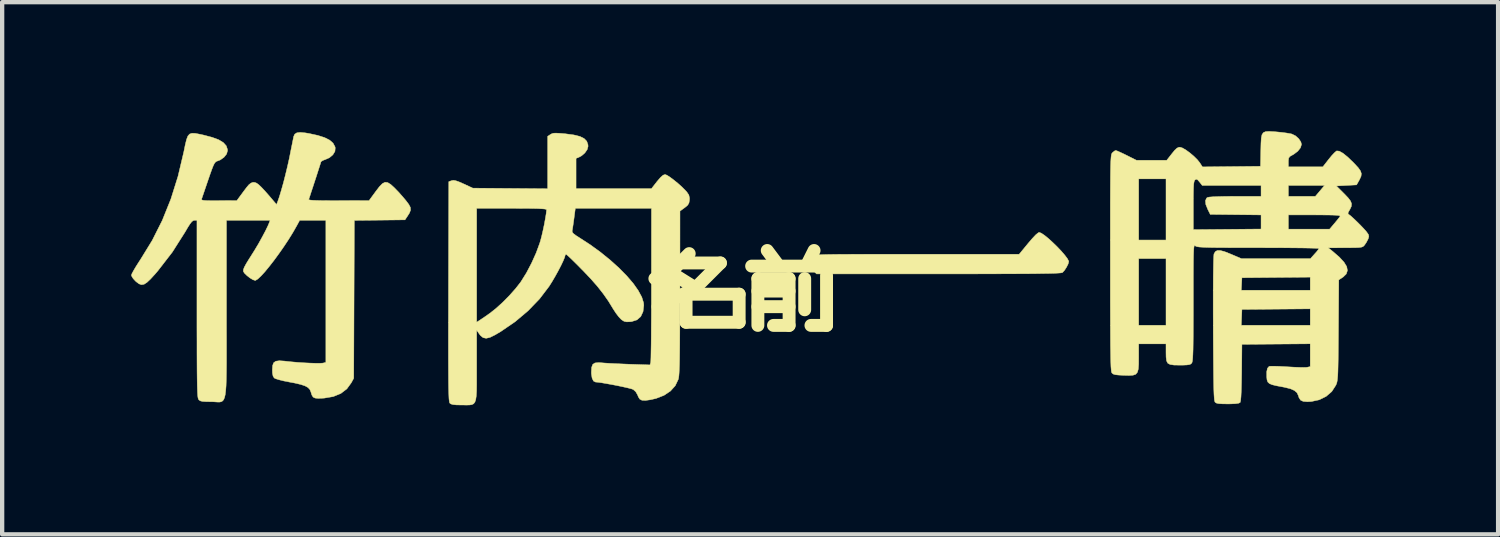
<source format=kicad_pcb>
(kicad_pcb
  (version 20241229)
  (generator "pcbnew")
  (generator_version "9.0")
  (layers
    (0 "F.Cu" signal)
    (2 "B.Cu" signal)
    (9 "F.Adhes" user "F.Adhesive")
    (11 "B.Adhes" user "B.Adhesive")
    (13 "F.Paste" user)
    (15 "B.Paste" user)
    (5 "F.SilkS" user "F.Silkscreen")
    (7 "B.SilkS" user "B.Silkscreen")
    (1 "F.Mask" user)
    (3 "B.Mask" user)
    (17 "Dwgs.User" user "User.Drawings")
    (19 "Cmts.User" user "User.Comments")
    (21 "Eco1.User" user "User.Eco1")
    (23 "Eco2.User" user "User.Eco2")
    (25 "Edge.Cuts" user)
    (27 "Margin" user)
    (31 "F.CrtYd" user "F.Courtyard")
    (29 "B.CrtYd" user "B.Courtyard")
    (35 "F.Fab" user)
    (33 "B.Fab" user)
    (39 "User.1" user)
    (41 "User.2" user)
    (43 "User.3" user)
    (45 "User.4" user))
  (footprint "名前"
    (layer "F.Cu")
    (at 14.28 3.826)
    (property "Reference" "名前" (at 0 0 0) (layer "F.SilkS") (effects (font (size 1.524 1.524) (thickness 0.3))))
    (attr through_hole)
    (fp_poly (pts (xy 6.88 -1.455) (xy 6.954 -1.405) (xy 7.045 -1.331) (xy 7.144 -1.241) (xy 7.246 -1.142) (xy 7.341 -1.042) (xy 7.423 -0.947) (xy 7.484 -0.867) (xy 7.515 -0.808) (xy 7.518 -0.793) (xy 7.503 -0.738) (xy 7.466 -0.664) (xy 7.419 -0.591) (xy 7.373 -0.541) (xy 7.372 -0.54) (xy 7.355 -0.535) (xy 7.318 -0.53) (xy 7.258 -0.526) (xy 7.172 -0.522) (xy 7.059 -0.519) (xy 6.916 -0.517) (xy 6.74 -0.514) (xy 6.529 -0.512) (xy 6.282 -0.511) (xy 5.995 -0.51) (xy 5.666 -0.509) (xy 5.293 -0.508) (xy 4.873 -0.508) (xy 4.492 -0.508) (xy 1.653 -0.508) (xy 1.603 -0.562) (xy 1.567 -0.618) (xy 1.534 -0.7) (xy 1.523 -0.741) (xy 1.507 -0.819) (xy 1.508 -0.867) (xy 1.527 -0.903) (xy 1.538 -0.916) (xy 1.546 -0.924) (xy 1.558 -0.931) (xy 1.577 -0.938) (xy 1.604 -0.943) (xy 1.645 -0.948) (xy 1.7 -0.952) (xy 1.775 -0.955) (xy 1.871 -0.958) (xy 1.992 -0.96) (xy 2.141 -0.962) (xy 2.321 -0.963) (xy 2.535 -0.964) (xy 2.786 -0.965) (xy 3.078 -0.965) (xy 3.413 -0.965) (xy 3.794 -0.965) (xy 3.974 -0.965) (xy 6.365 -0.965) (xy 6.574 -1.219) (xy 6.675 -1.337) (xy 6.754 -1.42) (xy 6.81 -1.465) (xy 6.831 -1.473) (xy 6.88 -1.455)) (stroke (width 0.01) (type solid)) (fill yes) (layer "F.SilkS"))
    (fp_poly (pts (xy -4.32 -3.777) (xy -4.199 -3.767) (xy -4.175 -3.764) (xy -3.988 -3.739) (xy -3.847 -3.704) (xy -3.749 -3.655) (xy -3.688 -3.592) (xy -3.66 -3.511) (xy -3.658 -3.471) (xy -3.679 -3.397) (xy -3.733 -3.32) (xy -3.809 -3.254) (xy -3.86 -3.226) (xy -3.937 -3.194) (xy -3.937 -2.489) (xy -2.185 -2.489) (xy -2.056 -2.654) (xy -1.975 -2.749) (xy -1.914 -2.803) (xy -1.868 -2.819) (xy -1.825 -2.803) (xy -1.754 -2.758) (xy -1.667 -2.693) (xy -1.572 -2.616) (xy -1.48 -2.534) (xy -1.4 -2.454) (xy -1.363 -2.414) (xy -1.315 -2.343) (xy -1.299 -2.271) (xy -1.3 -2.226) (xy -1.312 -2.158) (xy -1.341 -2.107) (xy -1.402 -2.055) (xy -1.414 -2.046) (xy -1.521 -1.968) (xy -1.522 -0.074) (xy -1.523 0.29) (xy -1.524 0.607) (xy -1.525 0.881) (xy -1.526 1.114) (xy -1.528 1.31) (xy -1.53 1.472) (xy -1.533 1.605) (xy -1.537 1.711) (xy -1.541 1.793) (xy -1.546 1.857) (xy -1.552 1.904) (xy -1.559 1.938) (xy -1.562 1.947) (xy -1.631 2.092) (xy -1.743 2.216) (xy -1.893 2.316) (xy -2.078 2.388) (xy -2.21 2.418) (xy -2.326 2.434) (xy -2.404 2.43) (xy -2.455 2.404) (xy -2.489 2.351) (xy -2.505 2.309) (xy -2.549 2.232) (xy -2.608 2.179) (xy -2.65 2.164) (xy -2.731 2.143) (xy -2.841 2.118) (xy -2.969 2.091) (xy -3.103 2.065) (xy -3.233 2.042) (xy -3.348 2.022) (xy -3.437 2.01) (xy -3.483 2.007) (xy -3.531 1.983) (xy -3.564 1.917) (xy -3.58 1.815) (xy -3.581 1.778) (xy -3.575 1.666) (xy -3.549 1.596) (xy -3.497 1.562) (xy -3.409 1.554) (xy -3.342 1.559) (xy -3.266 1.565) (xy -3.152 1.572) (xy -3.009 1.579) (xy -2.85 1.586) (xy -2.703 1.592) (xy -2.218 1.608) (xy -2.201 1.547) (xy -2.199 1.512) (xy -2.196 1.43) (xy -2.194 1.306) (xy -2.191 1.144) (xy -2.189 0.949) (xy -2.188 0.724) (xy -2.186 0.474) (xy -2.185 0.203) (xy -2.185 -0.085) (xy -2.185 -0.273) (xy -2.184 -2.032) (xy -3.954 -2.032) (xy -3.985 -1.795) (xy -4 -1.686) (xy -4.014 -1.591) (xy -4.024 -1.526) (xy -4.028 -1.51) (xy -4.025 -1.479) (xy -3.996 -1.443) (xy -3.934 -1.397) (xy -3.86 -1.35) (xy -3.604 -1.184) (xy -3.363 -1.008) (xy -3.139 -0.826) (xy -2.936 -0.643) (xy -2.758 -0.462) (xy -2.608 -0.287) (xy -2.491 -0.121) (xy -2.409 0.031) (xy -2.367 0.165) (xy -2.362 0.221) (xy -2.38 0.37) (xy -2.433 0.484) (xy -2.521 0.561) (xy -2.643 0.6) (xy -2.675 0.604) (xy -2.76 0.607) (xy -2.819 0.595) (xy -2.872 0.562) (xy -2.891 0.546) (xy -2.945 0.489) (xy -3.009 0.405) (xy -3.07 0.312) (xy -3.072 0.309) (xy -3.185 0.124) (xy -3.305 -0.047) (xy -3.438 -0.216) (xy -3.594 -0.394) (xy -3.781 -0.591) (xy -3.794 -0.603) (xy -3.903 -0.714) (xy -4.001 -0.811) (xy -4.081 -0.888) (xy -4.139 -0.942) (xy -4.168 -0.965) (xy -4.169 -0.965) (xy -4.19 -0.945) (xy -4.191 -0.937) (xy -4.204 -0.889) (xy -4.238 -0.807) (xy -4.289 -0.7) (xy -4.352 -0.579) (xy -4.423 -0.451) (xy -4.495 -0.328) (xy -4.565 -0.217) (xy -4.786 0.073) (xy -5.051 0.348) (xy -5.353 0.603) (xy -5.686 0.831) (xy -5.82 0.91) (xy -5.937 0.968) (xy -6.027 0.989) (xy -6.099 0.974) (xy -6.16 0.923) (xy -6.181 0.896) (xy -6.248 0.801) (xy -6.248 1.631) (xy -6.248 1.87) (xy -6.248 2.064) (xy -6.25 2.216) (xy -6.257 2.332) (xy -6.27 2.417) (xy -6.29 2.475) (xy -6.32 2.512) (xy -6.362 2.532) (xy -6.417 2.54) (xy -6.488 2.541) (xy -6.575 2.54) (xy -6.595 2.54) (xy -6.717 2.538) (xy -6.798 2.53) (xy -6.848 2.515) (xy -6.869 2.5) (xy -6.876 2.49) (xy -6.881 2.471) (xy -6.886 2.441) (xy -6.891 2.396) (xy -6.894 2.334) (xy -6.897 2.252) (xy -6.9 2.147) (xy -6.902 2.016) (xy -6.903 1.856) (xy -6.904 1.664) (xy -6.905 1.437) (xy -6.905 1.173) (xy -6.905 0.868) (xy -6.904 0.52) (xy -6.903 0.125) (xy -6.903 -0.097) (xy -6.898 -2.032) (xy -6.248 -2.032) (xy -6.248 0.615) (xy -6.179 0.571) (xy -6.124 0.534) (xy -6.044 0.48) (xy -5.955 0.417) (xy -5.944 0.41) (xy -5.801 0.297) (xy -5.644 0.155) (xy -5.487 -0.004) (xy -5.343 -0.166) (xy -5.225 -0.317) (xy -5.212 -0.337) (xy -5.089 -0.535) (xy -4.971 -0.76) (xy -4.865 -0.995) (xy -4.783 -1.218) (xy -4.763 -1.282) (xy -4.735 -1.39) (xy -4.705 -1.519) (xy -4.676 -1.656) (xy -4.652 -1.788) (xy -4.633 -1.901) (xy -4.624 -1.982) (xy -4.623 -2) (xy -4.634 -2.009) (xy -4.669 -2.017) (xy -4.732 -2.022) (xy -4.828 -2.027) (xy -4.961 -2.03) (xy -5.135 -2.031) (xy -5.354 -2.032) (xy -5.436 -2.032) (xy -6.248 -2.032) (xy -6.898 -2.032) (xy -6.896 -2.653) (xy -6.83 -2.676) (xy -6.788 -2.684) (xy -6.735 -2.675) (xy -6.66 -2.649) (xy -6.551 -2.601) (xy -6.551 -2.601) (xy -6.337 -2.502) (xy -5.467 -2.495) (xy -4.597 -2.488) (xy -4.597 -3.707) (xy -4.532 -3.75) (xy -4.499 -3.768) (xy -4.459 -3.779) (xy -4.403 -3.781) (xy -4.32 -3.777)) (stroke (width 0.01) (type solid)) (fill yes) (layer "F.SilkS"))
    (fp_poly (pts (xy -10.234 -3.787) (xy -10.149 -3.773) (xy -9.942 -3.728) (xy -9.783 -3.677) (xy -9.666 -3.618) (xy -9.587 -3.549) (xy -9.543 -3.468) (xy -9.536 -3.439) (xy -9.543 -3.356) (xy -9.592 -3.276) (xy -9.672 -3.209) (xy -9.758 -3.171) (xy -9.823 -3.146) (xy -9.863 -3.12) (xy -9.868 -3.113) (xy -9.879 -3.077) (xy -9.902 -3.004) (xy -9.935 -2.902) (xy -9.973 -2.783) (xy -10.015 -2.655) (xy -10.056 -2.529) (xy -10.094 -2.415) (xy -10.124 -2.322) (xy -10.145 -2.26) (xy -10.152 -2.242) (xy -10.145 -2.232) (xy -10.115 -2.224) (xy -10.055 -2.219) (xy -9.963 -2.215) (xy -9.833 -2.212) (xy -9.66 -2.211) (xy -9.457 -2.211) (xy -8.75 -2.212) (xy -8.598 -2.42) (xy -8.51 -2.535) (xy -8.44 -2.607) (xy -8.378 -2.639) (xy -8.317 -2.632) (xy -8.247 -2.589) (xy -8.161 -2.511) (xy -8.161 -2.51) (xy -8.071 -2.418) (xy -7.974 -2.309) (xy -7.895 -2.216) (xy -7.825 -2.123) (xy -7.789 -2.053) (xy -7.785 -1.991) (xy -7.811 -1.923) (xy -7.855 -1.853) (xy -7.914 -1.765) (xy -8.503 -1.758) (xy -9.092 -1.752) (xy -9.099 0.083) (xy -9.106 1.918) (xy -9.162 2.022) (xy -9.266 2.165) (xy -9.406 2.272) (xy -9.582 2.344) (xy -9.794 2.38) (xy -9.816 2.381) (xy -9.93 2.386) (xy -10.004 2.379) (xy -10.05 2.356) (xy -10.079 2.31) (xy -10.102 2.237) (xy -10.126 2.18) (xy -10.169 2.134) (xy -10.239 2.095) (xy -10.342 2.061) (xy -10.485 2.028) (xy -10.604 2.006) (xy -10.731 1.981) (xy -10.839 1.954) (xy -10.917 1.93) (xy -10.954 1.912) (xy -10.982 1.868) (xy -10.996 1.795) (xy -10.998 1.724) (xy -10.992 1.624) (xy -10.968 1.558) (xy -10.918 1.522) (xy -10.836 1.511) (xy -10.713 1.519) (xy -10.692 1.522) (xy -10.559 1.536) (xy -10.412 1.549) (xy -10.261 1.559) (xy -10.116 1.566) (xy -9.989 1.57) (xy -9.888 1.57) (xy -9.826 1.566) (xy -9.819 1.565) (xy -9.754 1.548) (xy -9.754 -1.753) (xy -10.363 -1.753) (xy -10.433 -1.624) (xy -10.521 -1.47) (xy -10.622 -1.307) (xy -10.732 -1.141) (xy -10.847 -0.977) (xy -10.961 -0.821) (xy -11.072 -0.679) (xy -11.174 -0.555) (xy -11.264 -0.457) (xy -11.337 -0.389) (xy -11.389 -0.357) (xy -11.399 -0.356) (xy -11.451 -0.373) (xy -11.52 -0.415) (xy -11.591 -0.471) (xy -11.648 -0.527) (xy -11.673 -0.568) (xy -11.671 -0.607) (xy -11.65 -0.664) (xy -11.605 -0.747) (xy -11.534 -0.863) (xy -11.508 -0.903) (xy -11.415 -1.051) (xy -11.321 -1.208) (xy -11.234 -1.365) (xy -11.158 -1.508) (xy -11.1 -1.628) (xy -11.076 -1.685) (xy -11.05 -1.753) (xy -12.065 -1.753) (xy -12.065 0.305) (xy -12.065 0.688) (xy -12.064 1.023) (xy -12.064 1.314) (xy -12.064 1.564) (xy -12.066 1.775) (xy -12.069 1.951) (xy -12.074 2.095) (xy -12.083 2.21) (xy -12.094 2.3) (xy -12.11 2.367) (xy -12.129 2.414) (xy -12.154 2.445) (xy -12.184 2.463) (xy -12.219 2.471) (xy -12.261 2.472) (xy -12.31 2.469) (xy -12.366 2.465) (xy -12.417 2.464) (xy -12.537 2.462) (xy -12.616 2.457) (xy -12.667 2.446) (xy -12.699 2.427) (xy -12.709 2.417) (xy -12.716 2.406) (xy -12.723 2.387) (xy -12.729 2.357) (xy -12.734 2.313) (xy -12.738 2.251) (xy -12.741 2.169) (xy -12.744 2.064) (xy -12.746 1.93) (xy -12.748 1.767) (xy -12.749 1.569) (xy -12.75 1.335) (xy -12.75 1.06) (xy -12.751 0.741) (xy -12.751 0.376) (xy -12.751 0.309) (xy -12.751 -1.753) (xy -12.811 -1.753) (xy -12.841 -1.746) (xy -12.873 -1.72) (xy -12.913 -1.669) (xy -12.966 -1.586) (xy -13.028 -1.48) (xy -13.324 -1.014) (xy -13.659 -0.581) (xy -13.724 -0.505) (xy -13.831 -0.388) (xy -13.914 -0.31) (xy -13.981 -0.267) (xy -14.041 -0.257) (xy -14.098 -0.277) (xy -14.162 -0.325) (xy -14.18 -0.341) (xy -14.235 -0.401) (xy -14.269 -0.457) (xy -14.275 -0.479) (xy -14.261 -0.517) (xy -14.223 -0.587) (xy -14.167 -0.682) (xy -14.097 -0.792) (xy -14.064 -0.842) (xy -13.792 -1.285) (xy -13.557 -1.752) (xy -13.357 -2.249) (xy -13.191 -2.778) (xy -13.057 -3.343) (xy -13.055 -3.353) (xy -13.022 -3.515) (xy -12.993 -3.633) (xy -12.962 -3.713) (xy -12.922 -3.759) (xy -12.867 -3.778) (xy -12.79 -3.775) (xy -12.685 -3.755) (xy -12.598 -3.736) (xy -12.397 -3.683) (xy -12.244 -3.626) (xy -12.136 -3.56) (xy -12.069 -3.485) (xy -12.041 -3.399) (xy -12.04 -3.374) (xy -12.062 -3.295) (xy -12.123 -3.219) (xy -12.209 -3.158) (xy -12.268 -3.135) (xy -12.298 -3.124) (xy -12.322 -3.106) (xy -12.346 -3.075) (xy -12.372 -3.022) (xy -12.404 -2.941) (xy -12.446 -2.824) (xy -12.487 -2.705) (xy -12.534 -2.567) (xy -12.576 -2.444) (xy -12.61 -2.344) (xy -12.633 -2.277) (xy -12.641 -2.254) (xy -12.643 -2.238) (xy -12.632 -2.226) (xy -12.6 -2.218) (xy -12.542 -2.213) (xy -12.451 -2.211) (xy -12.318 -2.211) (xy -12.239 -2.211) (xy -11.824 -2.212) (xy -11.671 -2.42) (xy -11.597 -2.518) (xy -11.543 -2.582) (xy -11.499 -2.617) (xy -11.459 -2.634) (xy -11.439 -2.637) (xy -11.404 -2.634) (xy -11.364 -2.618) (xy -11.316 -2.583) (xy -11.254 -2.524) (xy -11.173 -2.438) (xy -11.07 -2.321) (xy -10.965 -2.197) (xy -10.9 -2.121) (xy -10.871 -2.197) (xy -10.833 -2.307) (xy -10.789 -2.454) (xy -10.74 -2.628) (xy -10.692 -2.816) (xy -10.646 -3.007) (xy -10.605 -3.189) (xy -10.59 -3.264) (xy -10.563 -3.401) (xy -10.538 -3.524) (xy -10.518 -3.623) (xy -10.505 -3.688) (xy -10.502 -3.703) (xy -10.477 -3.757) (xy -10.429 -3.788) (xy -10.35 -3.798) (xy -10.234 -3.787)) (stroke (width 0.01) (type solid)) (fill yes) (layer "F.SilkS"))
    (fp_poly (pts (xy 12.286 -3.815) (xy 12.357 -3.809) (xy 12.477 -3.797) (xy 12.589 -3.782) (xy 12.675 -3.767) (xy 12.705 -3.76) (xy 12.79 -3.718) (xy 12.864 -3.652) (xy 12.914 -3.577) (xy 12.929 -3.519) (xy 12.906 -3.441) (xy 12.843 -3.361) (xy 12.751 -3.291) (xy 12.723 -3.275) (xy 12.661 -3.24) (xy 12.632 -3.203) (xy 12.624 -3.143) (xy 12.624 -3.111) (xy 12.624 -2.997) (xy 13.425 -2.997) (xy 13.564 -3.175) (xy 13.631 -3.257) (xy 13.693 -3.323) (xy 13.738 -3.362) (xy 13.749 -3.368) (xy 13.808 -3.361) (xy 13.894 -3.313) (xy 14.005 -3.223) (xy 14.141 -3.092) (xy 14.158 -3.074) (xy 14.247 -2.978) (xy 14.3 -2.903) (xy 14.321 -2.84) (xy 14.313 -2.776) (xy 14.278 -2.7) (xy 14.267 -2.68) (xy 14.21 -2.578) (xy 13.975 -2.565) (xy 13.74 -2.553) (xy 13.918 -2.376) (xy 14.012 -2.278) (xy 14.069 -2.203) (xy 14.093 -2.14) (xy 14.088 -2.079) (xy 14.056 -2.01) (xy 14.045 -1.992) (xy 14.014 -1.936) (xy 14.011 -1.906) (xy 14.033 -1.887) (xy 14.075 -1.855) (xy 14.141 -1.795) (xy 14.221 -1.719) (xy 14.303 -1.637) (xy 14.378 -1.558) (xy 14.435 -1.494) (xy 14.446 -1.479) (xy 14.486 -1.422) (xy 14.495 -1.378) (xy 14.48 -1.325) (xy 14.478 -1.32) (xy 14.438 -1.242) (xy 14.396 -1.18) (xy 14.376 -1.157) (xy 14.353 -1.14) (xy 14.319 -1.129) (xy 14.265 -1.122) (xy 14.183 -1.118) (xy 14.065 -1.117) (xy 13.949 -1.116) (xy 13.551 -1.115) (xy 13.652 -1.034) (xy 13.808 -0.899) (xy 13.917 -0.781) (xy 13.98 -0.678) (xy 13.997 -0.587) (xy 13.97 -0.507) (xy 13.898 -0.436) (xy 13.882 -0.426) (xy 13.796 -0.369) (xy 13.788 0.8) (xy 13.786 1.075) (xy 13.784 1.303) (xy 13.782 1.491) (xy 13.779 1.641) (xy 13.776 1.761) (xy 13.772 1.853) (xy 13.766 1.923) (xy 13.76 1.975) (xy 13.752 2.015) (xy 13.742 2.047) (xy 13.73 2.075) (xy 13.726 2.083) (xy 13.633 2.227) (xy 13.502 2.34) (xy 13.342 2.419) (xy 13.158 2.459) (xy 13.067 2.464) (xy 12.97 2.456) (xy 12.909 2.428) (xy 12.871 2.37) (xy 12.856 2.321) (xy 12.824 2.254) (xy 12.763 2.202) (xy 12.668 2.161) (xy 12.53 2.127) (xy 12.484 2.118) (xy 12.344 2.092) (xy 12.246 2.068) (xy 12.183 2.041) (xy 12.146 2.006) (xy 12.128 1.958) (xy 12.121 1.893) (xy 12.12 1.767) (xy 12.138 1.686) (xy 12.175 1.644) (xy 12.18 1.641) (xy 12.218 1.638) (xy 12.297 1.638) (xy 12.407 1.641) (xy 12.538 1.648) (xy 12.605 1.652) (xy 12.745 1.66) (xy 12.873 1.665) (xy 12.976 1.667) (xy 13.045 1.665) (xy 13.061 1.663) (xy 13.132 1.647) (xy 13.132 1.117) (xy 11.544 1.13) (xy 11.538 1.789) (xy 11.534 2.024) (xy 11.529 2.211) (xy 11.522 2.351) (xy 11.513 2.44) (xy 11.503 2.48) (xy 11.503 2.481) (xy 11.469 2.498) (xy 11.399 2.509) (xy 11.288 2.514) (xy 11.214 2.515) (xy 11.09 2.513) (xy 11.007 2.508) (xy 10.955 2.497) (xy 10.925 2.479) (xy 10.919 2.473) (xy 10.912 2.456) (xy 10.905 2.424) (xy 10.9 2.371) (xy 10.895 2.296) (xy 10.891 2.194) (xy 10.888 2.062) (xy 10.885 1.896) (xy 10.883 1.695) (xy 10.881 1.453) (xy 10.879 1.168) (xy 10.877 0.836) (xy 10.877 0.761) (xy 10.877 0.686) (xy 11.529 0.686) (xy 13.132 0.686) (xy 13.132 0.304) (xy 11.544 0.318) (xy 11.529 0.686) (xy 10.877 0.686) (xy 10.876 0.404) (xy 10.876 0.083) (xy 10.876 -0.127) (xy 11.529 -0.127) (xy 13.132 -0.127) (xy 13.132 -0.433) (xy 11.544 -0.419) (xy 11.529 -0.127) (xy 10.876 -0.127) (xy 10.877 -0.199) (xy 10.878 -0.44) (xy 10.881 -0.64) (xy 10.884 -0.794) (xy 10.888 -0.903) (xy 10.893 -0.964) (xy 10.895 -0.974) (xy 10.926 -1.026) (xy 10.972 -1.052) (xy 11.041 -1.052) (xy 11.14 -1.026) (xy 11.274 -0.973) (xy 11.288 -0.967) (xy 11.531 -0.864) (xy 13.138 -0.864) (xy 13.235 -0.972) (xy 13.289 -1.033) (xy 13.324 -1.08) (xy 13.334 -1.099) (xy 13.31 -1.102) (xy 13.239 -1.105) (xy 13.126 -1.108) (xy 12.977 -1.111) (xy 12.795 -1.113) (xy 12.585 -1.115) (xy 12.351 -1.117) (xy 12.098 -1.117) (xy 11.921 -1.118) (xy 11.615 -1.118) (xy 11.356 -1.118) (xy 11.139 -1.119) (xy 10.962 -1.12) (xy 10.819 -1.122) (xy 10.707 -1.125) (xy 10.622 -1.129) (xy 10.559 -1.133) (xy 10.515 -1.139) (xy 10.486 -1.146) (xy 10.468 -1.154) (xy 10.46 -1.16) (xy 10.45 -1.167) (xy 10.442 -1.168) (xy 10.435 -1.157) (xy 10.429 -1.132) (xy 10.424 -1.087) (xy 10.421 -1.02) (xy 10.418 -0.926) (xy 10.416 -0.802) (xy 10.415 -0.644) (xy 10.414 -0.447) (xy 10.414 -0.208) (xy 10.414 0.076) (xy 10.414 0.156) (xy 10.414 0.461) (xy 10.413 0.719) (xy 10.412 0.934) (xy 10.41 1.11) (xy 10.408 1.251) (xy 10.404 1.36) (xy 10.4 1.441) (xy 10.395 1.499) (xy 10.388 1.537) (xy 10.381 1.559) (xy 10.378 1.564) (xy 10.355 1.587) (xy 10.32 1.601) (xy 10.261 1.609) (xy 10.169 1.613) (xy 10.097 1.613) (xy 9.965 1.611) (xy 9.876 1.598) (xy 9.821 1.569) (xy 9.792 1.514) (xy 9.781 1.426) (xy 9.779 1.316) (xy 9.779 1.118) (xy 9.144 1.118) (xy 9.144 1.435) (xy 9.143 1.591) (xy 9.135 1.704) (xy 9.114 1.779) (xy 9.076 1.825) (xy 9.013 1.847) (xy 8.921 1.853) (xy 8.797 1.85) (xy 8.68 1.844) (xy 8.603 1.836) (xy 8.556 1.822) (xy 8.527 1.801) (xy 8.52 1.792) (xy 8.514 1.778) (xy 8.508 1.75) (xy 8.504 1.707) (xy 8.499 1.645) (xy 8.496 1.562) (xy 8.493 1.454) (xy 8.491 1.319) (xy 8.488 1.154) (xy 8.487 0.955) (xy 8.486 0.722) (xy 8.485 0.449) (xy 8.484 0.136) (xy 8.484 -0.222) (xy 8.484 -0.627) (xy 8.484 -0.767) (xy 8.484 -0.864) (xy 9.144 -0.864) (xy 9.144 0.686) (xy 9.779 0.686) (xy 9.779 -0.864) (xy 9.144 -0.864) (xy 8.484 -0.864) (xy 8.484 -1.179) (xy 8.484 -1.544) (xy 8.484 -1.864) (xy 8.484 -2.142) (xy 8.485 -2.382) (xy 8.486 -2.585) (xy 8.487 -2.718) (xy 9.144 -2.718) (xy 9.144 -1.295) (xy 9.779 -1.295) (xy 9.779 -1.537) (xy 10.414 -1.537) (xy 11.201 -1.544) (xy 11.989 -1.551) (xy 11.989 -1.879) (xy 11.908 -1.88) (xy 12.624 -1.88) (xy 12.624 -1.549) (xy 13.583 -1.549) (xy 13.696 -1.683) (xy 13.756 -1.755) (xy 13.803 -1.814) (xy 13.827 -1.848) (xy 13.823 -1.858) (xy 13.795 -1.866) (xy 13.737 -1.872) (xy 13.644 -1.876) (xy 13.513 -1.878) (xy 13.338 -1.879) (xy 13.235 -1.88) (xy 12.624 -1.88) (xy 11.908 -1.88) (xy 10.808 -1.892) (xy 10.751 -2.006) (xy 10.705 -2.12) (xy 10.696 -2.21) (xy 10.723 -2.271) (xy 10.743 -2.285) (xy 10.785 -2.294) (xy 10.872 -2.301) (xy 11.001 -2.306) (xy 11.165 -2.31) (xy 11.36 -2.311) (xy 11.39 -2.311) (xy 11.989 -2.311) (xy 11.989 -2.565) (xy 12.624 -2.565) (xy 12.624 -2.311) (xy 13.251 -2.311) (xy 13.465 -2.565) (xy 12.624 -2.565) (xy 11.989 -2.565) (xy 11.305 -2.565) (xy 10.621 -2.565) (xy 10.558 -2.646) (xy 10.514 -2.696) (xy 10.483 -2.71) (xy 10.454 -2.694) (xy 10.441 -2.677) (xy 10.431 -2.646) (xy 10.423 -2.595) (xy 10.419 -2.517) (xy 10.416 -2.407) (xy 10.414 -2.257) (xy 10.414 -2.099) (xy 10.414 -1.537) (xy 9.779 -1.537) (xy 9.779 -2.718) (xy 9.144 -2.718) (xy 8.487 -2.718) (xy 8.487 -2.756) (xy 8.489 -2.897) (xy 8.491 -3.012) (xy 8.494 -3.103) (xy 8.498 -3.173) (xy 8.502 -3.225) (xy 8.507 -3.263) (xy 8.512 -3.289) (xy 8.519 -3.307) (xy 8.526 -3.318) (xy 8.534 -3.327) (xy 8.58 -3.365) (xy 8.611 -3.378) (xy 8.644 -3.367) (xy 8.71 -3.338) (xy 8.8 -3.296) (xy 8.865 -3.264) (xy 9.092 -3.15) (xy 9.444 -3.15) (xy 9.796 -3.15) (xy 9.915 -3.302) (xy 9.983 -3.385) (xy 10.034 -3.432) (xy 10.078 -3.452) (xy 10.103 -3.454) (xy 10.161 -3.436) (xy 10.242 -3.389) (xy 10.334 -3.322) (xy 10.426 -3.244) (xy 10.508 -3.163) (xy 10.565 -3.091) (xy 10.626 -2.996) (xy 11.301 -3.003) (xy 11.976 -3.01) (xy 11.983 -3.384) (xy 11.987 -3.546) (xy 11.994 -3.664) (xy 12.01 -3.744) (xy 12.042 -3.792) (xy 12.095 -3.816) (xy 12.174 -3.821) (xy 12.286 -3.815)) (stroke (width 0.01) (type solid)) (fill yes) (layer "F.SilkS")))
  (gr_rect
    (start -3 -3)
    (end 31.78 9.373)
    (stroke (width 0.1) (type default))
    (fill no)
    (layer "Edge.Cuts")))
</source>
